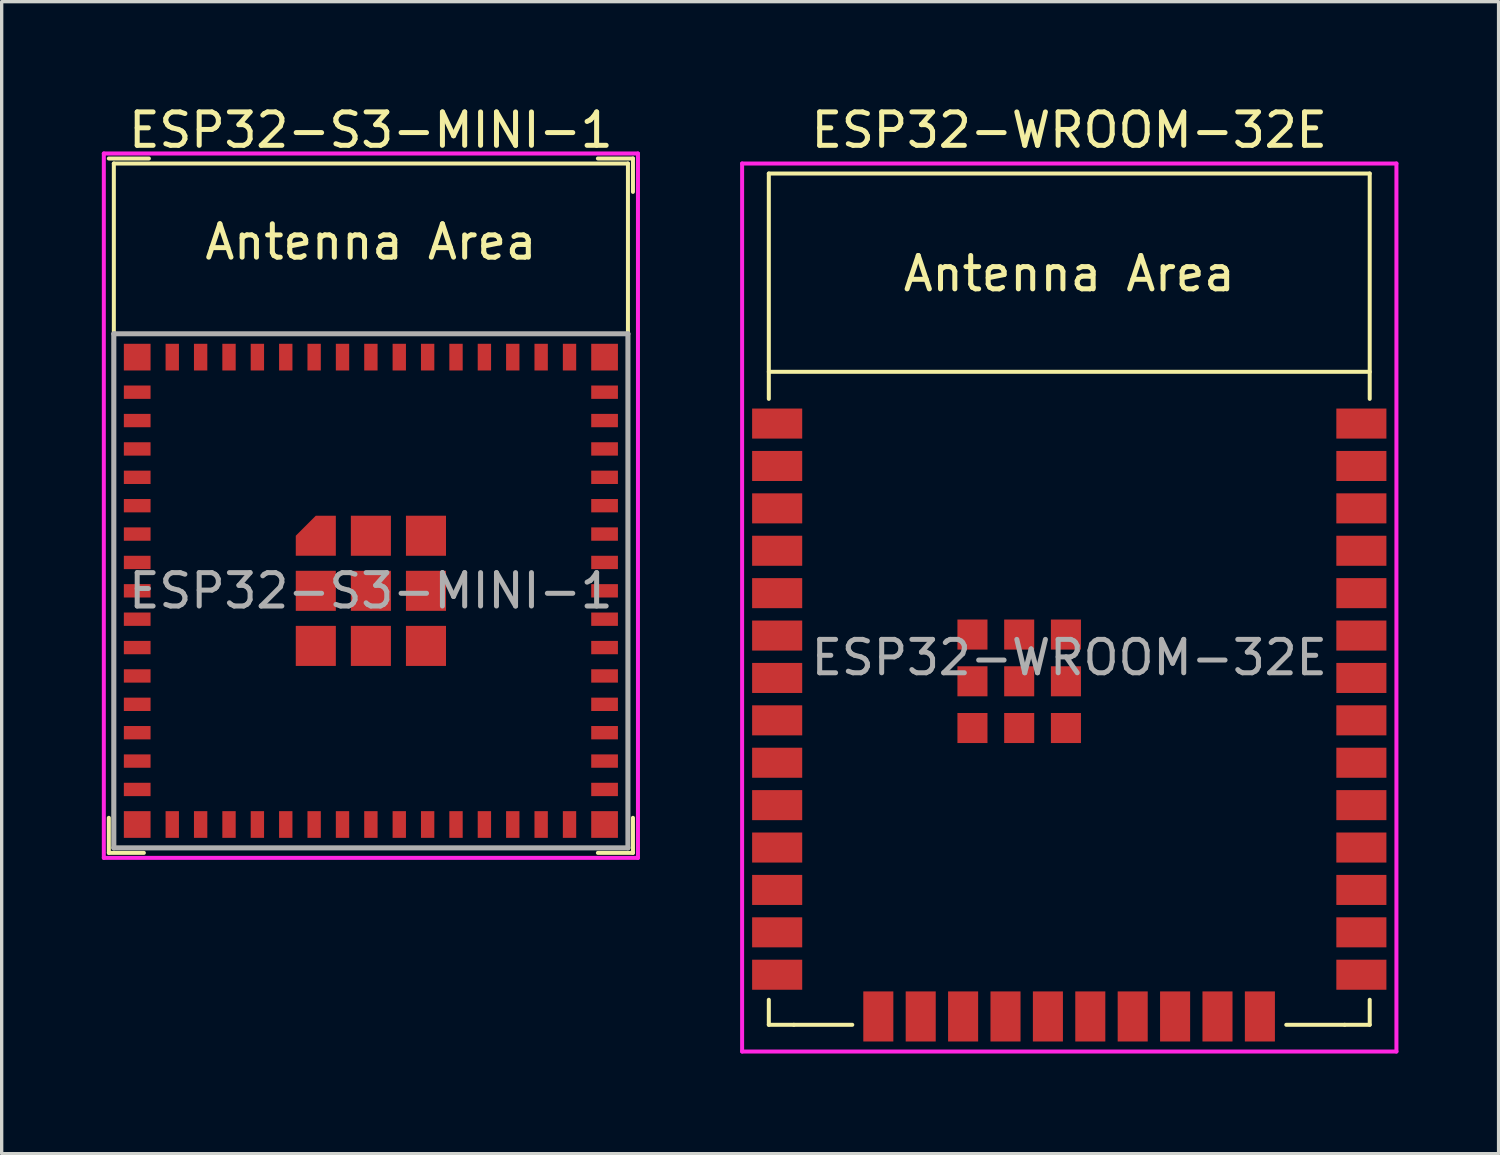
<source format=kicad_pcb>
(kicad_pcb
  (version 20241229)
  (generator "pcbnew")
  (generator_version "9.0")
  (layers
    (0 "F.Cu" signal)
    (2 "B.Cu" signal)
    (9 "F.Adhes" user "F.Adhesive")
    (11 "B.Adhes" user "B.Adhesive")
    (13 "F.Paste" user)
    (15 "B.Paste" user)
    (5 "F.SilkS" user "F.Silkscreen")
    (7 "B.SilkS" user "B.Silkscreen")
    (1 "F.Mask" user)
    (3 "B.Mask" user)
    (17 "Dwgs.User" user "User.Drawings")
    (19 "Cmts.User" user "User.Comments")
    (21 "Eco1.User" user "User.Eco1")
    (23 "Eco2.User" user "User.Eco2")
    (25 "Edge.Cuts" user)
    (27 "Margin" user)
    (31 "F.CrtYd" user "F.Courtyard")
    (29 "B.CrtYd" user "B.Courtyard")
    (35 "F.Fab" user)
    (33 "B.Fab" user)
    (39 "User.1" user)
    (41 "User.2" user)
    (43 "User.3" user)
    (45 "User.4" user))
  (footprint "ESP32-WROOM-32E"
    (layer "F.Cu")
    (at 28.98 16.648)
    (property "Reference" "ESP32-WROOM-32E" (at 0 -15.8 0) (layer "F.SilkS") (effects (font (size 1 1) (thickness 0.15))))
    (attr smd)
    (fp_line (start -9 -14.5) (end -9 -7.75) (stroke (width 0.12) (type solid)) (layer "F.SilkS"))
    (fp_line (start -9 -14.5) (end 9 -14.5) (stroke (width 0.12) (type solid)) (layer "F.SilkS"))
    (fp_line (start -9 10.25) (end -9 11) (stroke (width 0.12) (type solid)) (layer "F.SilkS"))
    (fp_line (start -9 11) (end -8.25 11) (stroke (width 0.12) (type solid)) (layer "F.SilkS"))
    (fp_line (start -8.25 11) (end -6.5 11) (stroke (width 0.12) (type solid)) (layer "F.SilkS"))
    (fp_line (start 8.25 11) (end 6.5 11) (stroke (width 0.12) (type solid)) (layer "F.SilkS"))
    (fp_line (start 9 -14.5) (end 9 -7.75) (stroke (width 0.12) (type solid)) (layer "F.SilkS"))
    (fp_line (start 9 -8.56) (end -9 -8.56) (stroke (width 0.12) (type solid)) (layer "F.SilkS"))
    (fp_line (start 9 10.25) (end 9 11) (stroke (width 0.12) (type solid)) (layer "F.SilkS"))
    (fp_line (start 9 11) (end 8.25 11) (stroke (width 0.12) (type solid)) (layer "F.SilkS"))
    (fp_line (start -9 -14.5) (end 9 -14.5) (stroke (width 0.12) (type solid)) (layer "Eco2.User"))
    (fp_line (start -9 -8.56) (end 9 -8.56) (stroke (width 0.12) (type solid)) (layer "Eco2.User"))
    (fp_line (start -9 11) (end -9 -14.5) (stroke (width 0.12) (type solid)) (layer "Eco2.User"))
    (fp_line (start 9 -14.5) (end 9 11) (stroke (width 0.12) (type solid)) (layer "Eco2.User"))
    (fp_line (start 9 11) (end -9 11) (stroke (width 0.12) (type solid)) (layer "Eco2.User"))
    (fp_line (start -9.8 -14.8) (end -9.8 11.8) (stroke (width 0.12) (type solid)) (layer "F.CrtYd"))
    (fp_line (start -9.8 11.8) (end 9.8 11.8) (stroke (width 0.12) (type solid)) (layer "F.CrtYd"))
    (fp_line (start 9.8 -14.8) (end -9.8 -14.8) (stroke (width 0.12) (type solid)) (layer "F.CrtYd"))
    (fp_line (start 9.8 -14.8) (end 9.8 11.8) (stroke (width 0.12) (type solid)) (layer "F.CrtYd"))
    (fp_text user "Antenna Area" (at 0 -11.5 0) (layer "F.SilkS") (effects (font (size 1 1) (thickness 0.15))))
    (fp_text user "Antenna Area" (at 0 -11.5 0) (layer "Eco2.User") (effects (font (size 1 1) (thickness 0.15))))
    (fp_text user "${REFERENCE}" (at 0 0 0) (layer "F.Fab") (effects (font (size 1 1) (thickness 0.15))))
    (pad "1" smd rect (at -8.75 -7.01) (size 1.5 0.9) (layers "F.Cu" "F.Mask" "F.Paste"))
    (pad "2" smd rect (at -8.75 -5.74) (size 1.5 0.9) (layers "F.Cu" "F.Mask" "F.Paste"))
    (pad "3" smd rect (at -8.75 -4.47) (size 1.5 0.9) (layers "F.Cu" "F.Mask" "F.Paste"))
    (pad "4" smd rect (at -8.75 -3.2) (size 1.5 0.9) (layers "F.Cu" "F.Mask" "F.Paste"))
    (pad "5" smd rect (at -8.75 -1.93) (size 1.5 0.9) (layers "F.Cu" "F.Mask" "F.Paste"))
    (pad "6" smd rect (at -8.75 -0.66) (size 1.5 0.9) (layers "F.Cu" "F.Mask" "F.Paste"))
    (pad "7" smd rect (at -8.75 0.61) (size 1.5 0.9) (layers "F.Cu" "F.Mask" "F.Paste"))
    (pad "8" smd rect (at -8.75 1.88) (size 1.5 0.9) (layers "F.Cu" "F.Mask" "F.Paste"))
    (pad "9" smd rect (at -8.75 3.15) (size 1.5 0.9) (layers "F.Cu" "F.Mask" "F.Paste"))
    (pad "10" smd rect (at -8.75 4.42) (size 1.5 0.9) (layers "F.Cu" "F.Mask" "F.Paste"))
    (pad "11" smd rect (at -8.75 5.69) (size 1.5 0.9) (layers "F.Cu" "F.Mask" "F.Paste"))
    (pad "12" smd rect (at -8.75 6.96) (size 1.5 0.9) (layers "F.Cu" "F.Mask" "F.Paste"))
    (pad "13" smd rect (at -8.75 8.23) (size 1.5 0.9) (layers "F.Cu" "F.Mask" "F.Paste"))
    (pad "14" smd rect (at -8.75 9.5) (size 1.5 0.9) (layers "F.Cu" "F.Mask" "F.Paste"))
    (pad "15" smd rect (at -5.72 10.75 90) (size 1.5 0.9) (layers "F.Cu" "F.Mask" "F.Paste"))
    (pad "16" smd rect (at -4.45 10.75 90) (size 1.5 0.9) (layers "F.Cu" "F.Mask" "F.Paste"))
    (pad "17" smd rect (at -3.18 10.75 90) (size 1.5 0.9) (layers "F.Cu" "F.Mask" "F.Paste"))
    (pad "18" smd rect (at -1.91 10.75 90) (size 1.5 0.9) (layers "F.Cu" "F.Mask" "F.Paste"))
    (pad "19" smd rect (at -0.64 10.75 90) (size 1.5 0.9) (layers "F.Cu" "F.Mask" "F.Paste"))
    (pad "20" smd rect (at 0.63 10.75 90) (size 1.5 0.9) (layers "F.Cu" "F.Mask" "F.Paste"))
    (pad "21" smd rect (at 1.9 10.75 90) (size 1.5 0.9) (layers "F.Cu" "F.Mask" "F.Paste"))
    (pad "22" smd rect (at 3.17 10.75 90) (size 1.5 0.9) (layers "F.Cu" "F.Mask" "F.Paste"))
    (pad "23" smd rect (at 4.44 10.75 90) (size 1.5 0.9) (layers "F.Cu" "F.Mask" "F.Paste"))
    (pad "24" smd rect (at 5.71 10.75 90) (size 1.5 0.9) (layers "F.Cu" "F.Mask" "F.Paste"))
    (pad "25" smd rect (at 8.75 9.5 180) (size 1.5 0.9) (layers "F.Cu" "F.Mask" "F.Paste"))
    (pad "26" smd rect (at 8.75 8.23 180) (size 1.5 0.9) (layers "F.Cu" "F.Mask" "F.Paste"))
    (pad "27" smd rect (at 8.75 6.96 180) (size 1.5 0.9) (layers "F.Cu" "F.Mask" "F.Paste"))
    (pad "28" smd rect (at 8.75 5.69 180) (size 1.5 0.9) (layers "F.Cu" "F.Mask" "F.Paste"))
    (pad "29" smd rect (at 8.75 4.42 180) (size 1.5 0.9) (layers "F.Cu" "F.Mask" "F.Paste"))
    (pad "30" smd rect (at 8.75 3.15 180) (size 1.5 0.9) (layers "F.Cu" "F.Mask" "F.Paste"))
    (pad "31" smd rect (at 8.75 1.88 180) (size 1.5 0.9) (layers "F.Cu" "F.Mask" "F.Paste"))
    (pad "32" smd rect (at 8.75 0.61 180) (size 1.5 0.9) (layers "F.Cu" "F.Mask" "F.Paste"))
    (pad "33" smd rect (at 8.75 -0.66 180) (size 1.5 0.9) (layers "F.Cu" "F.Mask" "F.Paste"))
    (pad "34" smd rect (at 8.75 -1.93 180) (size 1.5 0.9) (layers "F.Cu" "F.Mask" "F.Paste"))
    (pad "35" smd rect (at 8.75 -3.2 180) (size 1.5 0.9) (layers "F.Cu" "F.Mask" "F.Paste"))
    (pad "36" smd rect (at 8.75 -4.47 180) (size 1.5 0.9) (layers "F.Cu" "F.Mask" "F.Paste"))
    (pad "37" smd rect (at 8.75 -5.74 180) (size 1.5 0.9) (layers "F.Cu" "F.Mask" "F.Paste"))
    (pad "38" smd rect (at 8.75 -7.01 180) (size 1.5 0.9) (layers "F.Cu" "F.Mask" "F.Paste"))
    (pad "39" smd rect (at -2.9 -0.69 180) (size 0.9 0.9) (layers "F.Cu" "F.Mask" "F.Paste"))
    (pad "39" smd rect (at -2.9 0.71 180) (size 0.9 0.9) (layers "F.Cu" "F.Mask" "F.Paste"))
    (pad "39" smd rect (at -2.9 2.11 180) (size 0.9 0.9) (layers "F.Cu" "F.Mask" "F.Paste"))
    (pad "39" smd rect (at -1.5 -0.69 180) (size 0.9 0.9) (layers "F.Cu" "F.Mask" "F.Paste"))
    (pad "39" smd rect (at -1.5 0.71 180) (size 0.9 0.9) (layers "F.Cu" "F.Mask" "F.Paste"))
    (pad "39" smd rect (at -1.5 2.11 180) (size 0.9 0.9) (layers "F.Cu" "F.Mask" "F.Paste"))
    (pad "39" smd rect (at -0.1 -0.69 180) (size 0.9 0.9) (layers "F.Cu" "F.Mask" "F.Paste"))
    (pad "39" smd rect (at -0.1 0.71 180) (size 0.9 0.9) (layers "F.Cu" "F.Mask" "F.Paste"))
    (pad "39" smd rect (at -0.1 2.11 180) (size 0.9 0.9) (layers "F.Cu" "F.Mask" "F.Paste")))
  (footprint "ESP32-S3-MINI-1"
    (layer "F.Cu")
    (at 8.06 14.648)
    (property "Reference" "ESP32-S3-MINI-1" (at 0 -13.8 0) (layer "F.SilkS") (effects (font (size 1 1) (thickness 0.15))))
    (attr smd)
    (fp_line (start -7.85 7.85) (end -7.85 6.8) (stroke (width 0.12) (type solid)) (layer "F.SilkS"))
    (fp_line (start -7.7 -12.8) (end -7.7 -7.7) (stroke (width 0.12) (type solid)) (layer "F.SilkS"))
    (fp_line (start -7.7 -12.8) (end 7.7 -12.8) (stroke (width 0.12) (type solid)) (layer "F.SilkS"))
    (fp_line (start -7.7 7.7) (end -7.7 -7.7) (stroke (width 0.12) (type solid)) (layer "F.SilkS"))
    (fp_line (start -6.8 7.85) (end -7.85 7.85) (stroke (width 0.12) (type solid)) (layer "F.SilkS"))
    (fp_line (start -6.65 -12.95) (end -7.85 -12.95) (stroke (width 0.12) (type solid)) (layer "F.SilkS"))
    (fp_line (start 6.8 -12.95) (end 7.85 -12.95) (stroke (width 0.12) (type solid)) (layer "F.SilkS"))
    (fp_line (start 6.8 7.85) (end 7.85 7.85) (stroke (width 0.12) (type solid)) (layer "F.SilkS"))
    (fp_line (start 7.7 -12.8) (end 7.7 -7.7) (stroke (width 0.12) (type solid)) (layer "F.SilkS"))
    (fp_line (start 7.7 -7.7) (end 7.7 7.7) (stroke (width 0.12) (type solid)) (layer "F.SilkS"))
    (fp_line (start 7.7 7.7) (end -7.7 7.7) (stroke (width 0.12) (type solid)) (layer "F.SilkS"))
    (fp_line (start 7.85 -12.95) (end 7.85 -11.95) (stroke (width 0.12) (type solid)) (layer "F.SilkS"))
    (fp_line (start 7.85 7.85) (end 7.85 6.8) (stroke (width 0.12) (type solid)) (layer "F.SilkS"))
    (fp_line (start -8 -13.1) (end -8 8) (stroke (width 0.12) (type solid)) (layer "F.CrtYd"))
    (fp_line (start -8 8) (end 8 8) (stroke (width 0.12) (type solid)) (layer "F.CrtYd"))
    (fp_line (start 8 -13.1) (end -8 -13.1) (stroke (width 0.12) (type solid)) (layer "F.CrtYd"))
    (fp_line (start 8 8) (end 8 -13.1) (stroke (width 0.12) (type solid)) (layer "F.CrtYd"))
    (fp_line (start -7.7 -7.7) (end -7.7 7.7) (stroke (width 0.15) (type solid)) (layer "F.Fab"))
    (fp_line (start -7.7 7.7) (end 7.7 7.7) (stroke (width 0.15) (type solid)) (layer "F.Fab"))
    (fp_line (start 7.7 -7.7) (end -7.7 -7.7) (stroke (width 0.15) (type solid)) (layer "F.Fab"))
    (fp_line (start 7.7 7.7) (end 7.7 -7.7) (stroke (width 0.15) (type solid)) (layer "F.Fab"))
    (fp_text user "Antenna Area" (at 0 -10.45 0) (layer "F.SilkS") (effects (font (size 1 1) (thickness 0.15))))
    (fp_text user "${REFERENCE}" (at 0 0 0) (layer "F.Fab") (effects (font (size 1 1) (thickness 0.15))))
    (pad "1" smd rect (at -7 -5.95 90) (size 0.4 0.8) (layers "F.Cu" "F.Mask" "F.Paste"))
    (pad "2" smd rect (at -7 -5.1 90) (size 0.4 0.8) (layers "F.Cu" "F.Mask" "F.Paste"))
    (pad "3" smd rect (at -7 -4.25 90) (size 0.4 0.8) (layers "F.Cu" "F.Mask" "F.Paste"))
    (pad "4" smd rect (at -7 -3.4 90) (size 0.4 0.8) (layers "F.Cu" "F.Mask" "F.Paste"))
    (pad "5" smd rect (at -7 -2.55 90) (size 0.4 0.8) (layers "F.Cu" "F.Mask" "F.Paste"))
    (pad "6" smd rect (at -7 -1.7 90) (size 0.4 0.8) (layers "F.Cu" "F.Mask" "F.Paste"))
    (pad "7" smd rect (at -7 -0.85 90) (size 0.4 0.8) (layers "F.Cu" "F.Mask" "F.Paste"))
    (pad "8" smd rect (at -7 0 90) (size 0.4 0.8) (layers "F.Cu" "F.Mask" "F.Paste"))
    (pad "9" smd rect (at -7 0.85 90) (size 0.4 0.8) (layers "F.Cu" "F.Mask" "F.Paste"))
    (pad "10" smd rect (at -7 1.7 90) (size 0.4 0.8) (layers "F.Cu" "F.Mask" "F.Paste"))
    (pad "11" smd rect (at -7 2.55 90) (size 0.4 0.8) (layers "F.Cu" "F.Mask" "F.Paste"))
    (pad "12" smd rect (at -7 3.4 90) (size 0.4 0.8) (layers "F.Cu" "F.Mask" "F.Paste"))
    (pad "13" smd rect (at -7 4.25 90) (size 0.4 0.8) (layers "F.Cu" "F.Mask" "F.Paste"))
    (pad "14" smd rect (at -7 5.1 90) (size 0.4 0.8) (layers "F.Cu" "F.Mask" "F.Paste"))
    (pad "15" smd rect (at -7 5.95 90) (size 0.4 0.8) (layers "F.Cu" "F.Mask" "F.Paste"))
    (pad "16" smd rect (at -5.95 7) (size 0.4 0.8) (layers "F.Cu" "F.Mask" "F.Paste"))
    (pad "17" smd rect (at -5.1 7) (size 0.4 0.8) (layers "F.Cu" "F.Mask" "F.Paste"))
    (pad "18" smd rect (at -4.25 7) (size 0.4 0.8) (layers "F.Cu" "F.Mask" "F.Paste"))
    (pad "19" smd rect (at -3.4 7) (size 0.4 0.8) (layers "F.Cu" "F.Mask" "F.Paste"))
    (pad "20" smd rect (at -2.55 7) (size 0.4 0.8) (layers "F.Cu" "F.Mask" "F.Paste"))
    (pad "21" smd rect (at -1.7 7) (size 0.4 0.8) (layers "F.Cu" "F.Mask" "F.Paste"))
    (pad "22" smd rect (at -0.85 7) (size 0.4 0.8) (layers "F.Cu" "F.Mask" "F.Paste"))
    (pad "23" smd rect (at 0 7) (size 0.4 0.8) (layers "F.Cu" "F.Mask" "F.Paste"))
    (pad "24" smd rect (at 0.85 7) (size 0.4 0.8) (layers "F.Cu" "F.Mask" "F.Paste"))
    (pad "25" smd rect (at 1.7 7) (size 0.4 0.8) (layers "F.Cu" "F.Mask" "F.Paste"))
    (pad "26" smd rect (at 2.55 7) (size 0.4 0.8) (layers "F.Cu" "F.Mask" "F.Paste"))
    (pad "27" smd rect (at 3.4 7) (size 0.4 0.8) (layers "F.Cu" "F.Mask" "F.Paste"))
    (pad "28" smd rect (at 4.25 7) (size 0.4 0.8) (layers "F.Cu" "F.Mask" "F.Paste"))
    (pad "29" smd rect (at 5.1 7) (size 0.4 0.8) (layers "F.Cu" "F.Mask" "F.Paste"))
    (pad "30" smd rect (at 5.95 7) (size 0.4 0.8) (layers "F.Cu" "F.Mask" "F.Paste"))
    (pad "31" smd rect (at 7 5.95 90) (size 0.4 0.8) (layers "F.Cu" "F.Mask" "F.Paste"))
    (pad "32" smd rect (at 7 5.1 90) (size 0.4 0.8) (layers "F.Cu" "F.Mask" "F.Paste"))
    (pad "33" smd rect (at 7 4.25 90) (size 0.4 0.8) (layers "F.Cu" "F.Mask" "F.Paste"))
    (pad "34" smd rect (at 7 3.4 90) (size 0.4 0.8) (layers "F.Cu" "F.Mask" "F.Paste"))
    (pad "35" smd rect (at 7 2.55 90) (size 0.4 0.8) (layers "F.Cu" "F.Mask" "F.Paste"))
    (pad "36" smd rect (at 7 1.7 90) (size 0.4 0.8) (layers "F.Cu" "F.Mask" "F.Paste"))
    (pad "37" smd rect (at 7 0.85 90) (size 0.4 0.8) (layers "F.Cu" "F.Mask" "F.Paste"))
    (pad "38" smd rect (at 7 0 90) (size 0.4 0.8) (layers "F.Cu" "F.Mask" "F.Paste"))
    (pad "39" smd rect (at 7 -0.85 90) (size 0.4 0.8) (layers "F.Cu" "F.Mask" "F.Paste"))
    (pad "40" smd rect (at 7 -1.7 90) (size 0.4 0.8) (layers "F.Cu" "F.Mask" "F.Paste"))
    (pad "41" smd rect (at 7 -2.55 90) (size 0.4 0.8) (layers "F.Cu" "F.Mask" "F.Paste"))
    (pad "42" smd rect (at 7 -3.4 90) (size 0.4 0.8) (layers "F.Cu" "F.Mask" "F.Paste"))
    (pad "43" smd rect (at 7 -4.25 90) (size 0.4 0.8) (layers "F.Cu" "F.Mask" "F.Paste"))
    (pad "44" smd rect (at 7 -5.1 90) (size 0.4 0.8) (layers "F.Cu" "F.Mask" "F.Paste"))
    (pad "45" smd rect (at 7 -5.95 90) (size 0.4 0.8) (layers "F.Cu" "F.Mask" "F.Paste"))
    (pad "46" smd rect (at 5.95 -7) (size 0.4 0.8) (layers "F.Cu" "F.Mask" "F.Paste"))
    (pad "47" smd rect (at 5.1 -7) (size 0.4 0.8) (layers "F.Cu" "F.Mask" "F.Paste"))
    (pad "48" smd rect (at 4.25 -7) (size 0.4 0.8) (layers "F.Cu" "F.Mask" "F.Paste"))
    (pad "49" smd rect (at 3.4 -7) (size 0.4 0.8) (layers "F.Cu" "F.Mask" "F.Paste"))
    (pad "50" smd rect (at 2.55 -7) (size 0.4 0.8) (layers "F.Cu" "F.Mask" "F.Paste"))
    (pad "51" smd rect (at 1.7 -7) (size 0.4 0.8) (layers "F.Cu" "F.Mask" "F.Paste"))
    (pad "52" smd rect (at 0.85 -7) (size 0.4 0.8) (layers "F.Cu" "F.Mask" "F.Paste"))
    (pad "53" smd rect (at 0 -7) (size 0.4 0.8) (layers "F.Cu" "F.Mask" "F.Paste"))
    (pad "54" smd rect (at -0.85 -7) (size 0.4 0.8) (layers "F.Cu" "F.Mask" "F.Paste"))
    (pad "55" smd rect (at -1.7 -7) (size 0.4 0.8) (layers "F.Cu" "F.Mask" "F.Paste"))
    (pad "56" smd rect (at -2.55 -7) (size 0.4 0.8) (layers "F.Cu" "F.Mask" "F.Paste"))
    (pad "57" smd rect (at -3.4 -7) (size 0.4 0.8) (layers "F.Cu" "F.Mask" "F.Paste"))
    (pad "58" smd rect (at -4.25 -7) (size 0.4 0.8) (layers "F.Cu" "F.Mask" "F.Paste"))
    (pad "59" smd rect (at -5.1 -7) (size 0.4 0.8) (layers "F.Cu" "F.Mask" "F.Paste"))
    (pad "60" smd rect (at -5.95 -7) (size 0.4 0.8) (layers "F.Cu" "F.Mask" "F.Paste"))
    (pad "61" smd custom (at -1.65 -1.65) (size 0.6 0.6) (layers "F.Cu" "F.Mask" "F.Paste") (options (anchor rect)) (primitives (gr_poly (pts (xy 0.6 0.6) (xy -0.6 0.6) (xy -0.6 0) (xy 0 -0.6) (xy 0.6 -0.6)) (width 0) (fill yes))))
    (pad "61" smd rect (at -1.65 0) (size 1.2 1.2) (layers "F.Cu" "F.Mask" "F.Paste"))
    (pad "61" smd rect (at -1.65 1.65) (size 1.2 1.2) (layers "F.Cu" "F.Mask" "F.Paste"))
    (pad "61" smd rect (at 0 -1.65) (size 1.2 1.2) (layers "F.Cu" "F.Mask" "F.Paste"))
    (pad "61" smd rect (at 0 0) (size 1.2 1.2) (layers "F.Cu" "F.Mask" "F.Paste"))
    (pad "61" smd rect (at 0 1.65) (size 1.2 1.2) (layers "F.Cu" "F.Mask" "F.Paste"))
    (pad "61" smd rect (at 1.65 -1.65) (size 1.2 1.2) (layers "F.Cu" "F.Mask" "F.Paste"))
    (pad "61" smd rect (at 1.65 0) (size 1.2 1.2) (layers "F.Cu" "F.Mask" "F.Paste"))
    (pad "61" smd rect (at 1.65 1.65) (size 1.2 1.2) (layers "F.Cu" "F.Mask" "F.Paste"))
    (pad "62" smd rect (at -7 -7 180) (size 0.8 0.8) (layers "F.Cu" "F.Mask" "F.Paste"))
    (pad "63" smd rect (at -7 7 180) (size 0.8 0.8) (layers "F.Cu" "F.Mask" "F.Paste"))
    (pad "64" smd rect (at 7 7 180) (size 0.8 0.8) (layers "F.Cu" "F.Mask" "F.Paste"))
    (pad "65" smd rect (at 7 -7 180) (size 0.8 0.8) (layers "F.Cu" "F.Mask" "F.Paste")))
  (gr_rect
    (start -3 -3)
    (end 41.84 31.508)
    (stroke (width 0.1) (type default))
    (fill no)
    (layer "Edge.Cuts")))
</source>
